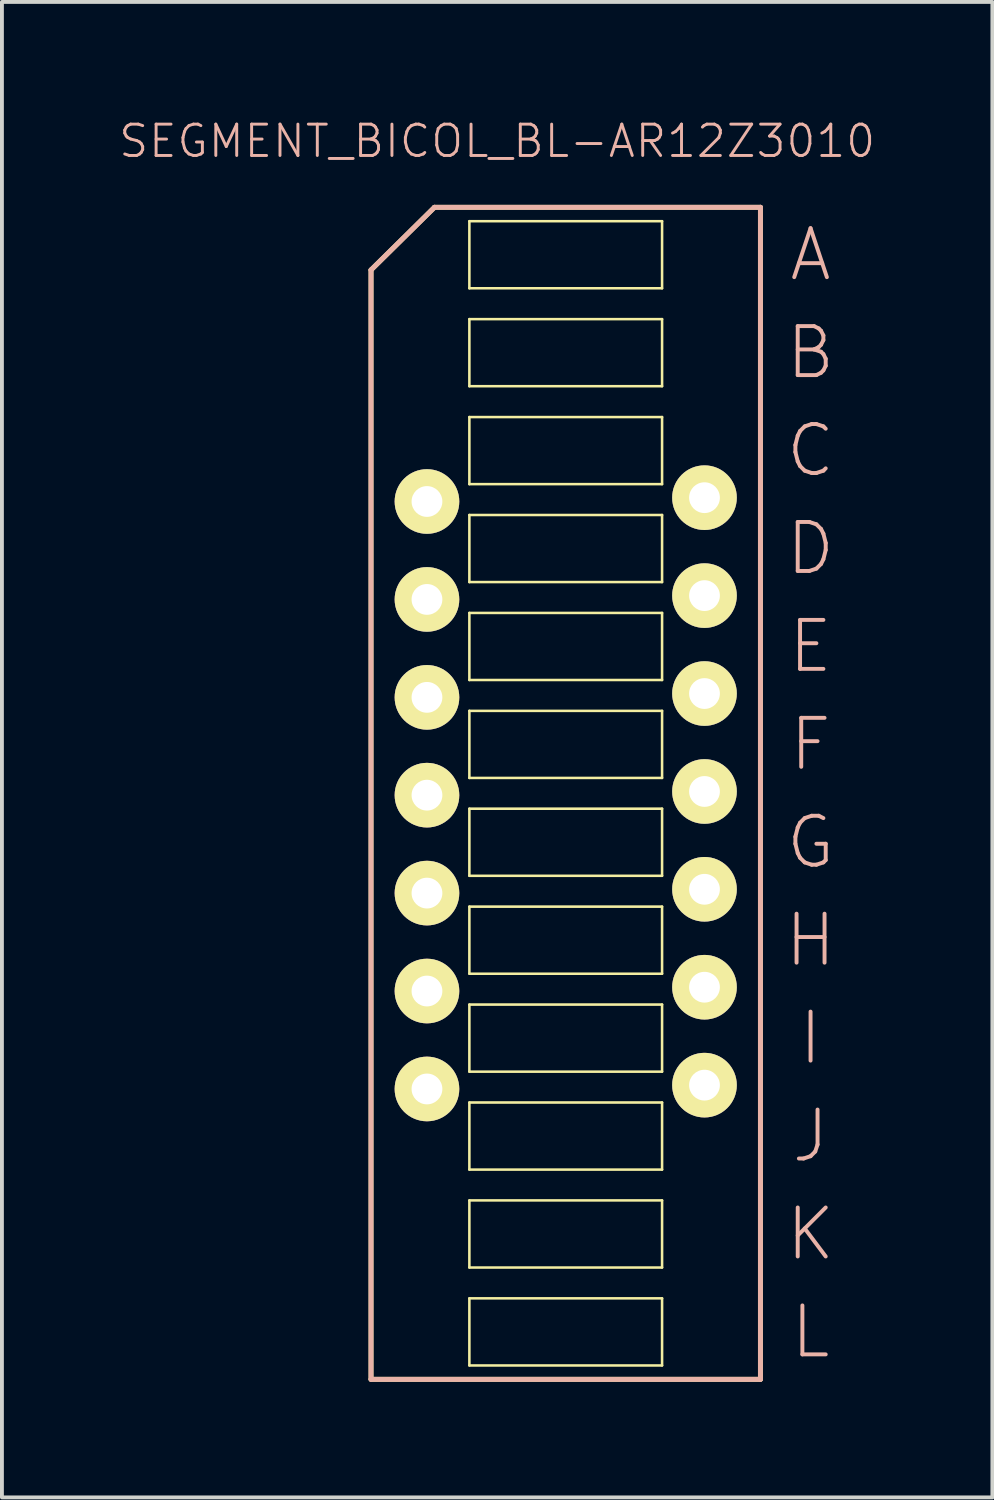
<source format=kicad_pcb>
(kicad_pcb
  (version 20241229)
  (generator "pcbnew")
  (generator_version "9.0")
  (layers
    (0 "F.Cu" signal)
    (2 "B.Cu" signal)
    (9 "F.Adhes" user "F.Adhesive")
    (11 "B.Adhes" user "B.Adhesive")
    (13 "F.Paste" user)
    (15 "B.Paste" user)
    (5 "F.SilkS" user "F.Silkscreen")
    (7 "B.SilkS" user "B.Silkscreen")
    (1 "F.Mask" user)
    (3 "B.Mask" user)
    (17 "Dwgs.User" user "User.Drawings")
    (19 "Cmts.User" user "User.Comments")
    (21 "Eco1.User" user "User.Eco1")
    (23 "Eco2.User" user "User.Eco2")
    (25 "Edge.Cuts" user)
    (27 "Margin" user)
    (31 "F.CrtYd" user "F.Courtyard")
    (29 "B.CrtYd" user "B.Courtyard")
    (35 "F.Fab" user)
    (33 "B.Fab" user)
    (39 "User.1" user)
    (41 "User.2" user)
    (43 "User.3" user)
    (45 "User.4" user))
  (footprint "SEGMENT_BICOL_BL-AR12Z3010"
    (layer "F.Cu")
    (at 11.623 17.526)
    (property "Reference" "SEGMENT_BICOL_BL-AR12Z3010" (at -1.778 -16.916 0) (layer "B.SilkS") (effects (font (size 0.813 0.813) (thickness 0.076))))
    (attr exclude_from_pos_files exclude_from_bom)
    (fp_line (start -5.05 -13.574) (end -3.404 -15.199) (stroke (width 0.127) (type solid)) (layer "F.SilkS"))
    (fp_line (start -5.05 15.199) (end -5.05 -13.574) (stroke (width 0.127) (type solid)) (layer "F.SilkS"))
    (fp_line (start -5.05 15.199) (end 5.05 15.199) (stroke (width 0.127) (type solid)) (layer "F.SilkS"))
    (fp_line (start -3.404 -15.199) (end 5.05 -15.199) (stroke (width 0.127) (type solid)) (layer "F.SilkS"))
    (fp_line (start -2.499 -14.839) (end 2.499 -14.839) (stroke (width 0.066) (type solid)) (layer "F.SilkS"))
    (fp_line (start -2.499 -13.099) (end -2.499 -14.839) (stroke (width 0.066) (type solid)) (layer "F.SilkS"))
    (fp_line (start -2.499 -13.099) (end 2.499 -13.099) (stroke (width 0.066) (type solid)) (layer "F.SilkS"))
    (fp_line (start -2.499 -12.299) (end 2.499 -12.299) (stroke (width 0.066) (type solid)) (layer "F.SilkS"))
    (fp_line (start -2.499 -10.559) (end -2.499 -12.299) (stroke (width 0.066) (type solid)) (layer "F.SilkS"))
    (fp_line (start -2.499 -10.559) (end 2.499 -10.559) (stroke (width 0.066) (type solid)) (layer "F.SilkS"))
    (fp_line (start -2.499 -9.759) (end 2.499 -9.759) (stroke (width 0.066) (type solid)) (layer "F.SilkS"))
    (fp_line (start -2.499 -8.019) (end -2.499 -9.759) (stroke (width 0.066) (type solid)) (layer "F.SilkS"))
    (fp_line (start -2.499 -8.019) (end 2.499 -8.019) (stroke (width 0.066) (type solid)) (layer "F.SilkS"))
    (fp_line (start -2.499 -7.219) (end 2.499 -7.219) (stroke (width 0.066) (type solid)) (layer "F.SilkS"))
    (fp_line (start -2.499 -5.479) (end -2.499 -7.219) (stroke (width 0.066) (type solid)) (layer "F.SilkS"))
    (fp_line (start -2.499 -5.479) (end 2.499 -5.479) (stroke (width 0.066) (type solid)) (layer "F.SilkS"))
    (fp_line (start -2.499 -4.679) (end 2.499 -4.679) (stroke (width 0.066) (type solid)) (layer "F.SilkS"))
    (fp_line (start -2.499 -2.939) (end -2.499 -4.679) (stroke (width 0.066) (type solid)) (layer "F.SilkS"))
    (fp_line (start -2.499 -2.939) (end 2.499 -2.939) (stroke (width 0.066) (type solid)) (layer "F.SilkS"))
    (fp_line (start -2.499 -2.139) (end 2.499 -2.139) (stroke (width 0.066) (type solid)) (layer "F.SilkS"))
    (fp_line (start -2.499 -0.399) (end -2.499 -2.139) (stroke (width 0.066) (type solid)) (layer "F.SilkS"))
    (fp_line (start -2.499 -0.399) (end 2.499 -0.399) (stroke (width 0.066) (type solid)) (layer "F.SilkS"))
    (fp_line (start -2.499 0.399) (end 2.499 0.399) (stroke (width 0.066) (type solid)) (layer "F.SilkS"))
    (fp_line (start -2.499 2.139) (end -2.499 0.399) (stroke (width 0.066) (type solid)) (layer "F.SilkS"))
    (fp_line (start -2.499 2.139) (end 2.499 2.139) (stroke (width 0.066) (type solid)) (layer "F.SilkS"))
    (fp_line (start -2.499 2.939) (end 2.499 2.939) (stroke (width 0.066) (type solid)) (layer "F.SilkS"))
    (fp_line (start -2.499 4.679) (end -2.499 2.939) (stroke (width 0.066) (type solid)) (layer "F.SilkS"))
    (fp_line (start -2.499 4.679) (end 2.499 4.679) (stroke (width 0.066) (type solid)) (layer "F.SilkS"))
    (fp_line (start -2.499 5.479) (end 2.499 5.479) (stroke (width 0.066) (type solid)) (layer "F.SilkS"))
    (fp_line (start -2.499 7.219) (end -2.499 5.479) (stroke (width 0.066) (type solid)) (layer "F.SilkS"))
    (fp_line (start -2.499 7.219) (end 2.499 7.219) (stroke (width 0.066) (type solid)) (layer "F.SilkS"))
    (fp_line (start -2.499 8.019) (end 2.499 8.019) (stroke (width 0.066) (type solid)) (layer "F.SilkS"))
    (fp_line (start -2.499 9.759) (end -2.499 8.019) (stroke (width 0.066) (type solid)) (layer "F.SilkS"))
    (fp_line (start -2.499 9.759) (end 2.499 9.759) (stroke (width 0.066) (type solid)) (layer "F.SilkS"))
    (fp_line (start -2.499 10.559) (end 2.499 10.559) (stroke (width 0.066) (type solid)) (layer "F.SilkS"))
    (fp_line (start -2.499 12.299) (end -2.499 10.559) (stroke (width 0.066) (type solid)) (layer "F.SilkS"))
    (fp_line (start -2.499 12.299) (end 2.499 12.299) (stroke (width 0.066) (type solid)) (layer "F.SilkS"))
    (fp_line (start -2.499 13.099) (end 2.499 13.099) (stroke (width 0.066) (type solid)) (layer "F.SilkS"))
    (fp_line (start -2.499 14.839) (end -2.499 13.099) (stroke (width 0.066) (type solid)) (layer "F.SilkS"))
    (fp_line (start -2.499 14.839) (end 2.499 14.839) (stroke (width 0.066) (type solid)) (layer "F.SilkS"))
    (fp_line (start 2.499 -13.099) (end 2.499 -14.839) (stroke (width 0.066) (type solid)) (layer "F.SilkS"))
    (fp_line (start 2.499 -10.559) (end 2.499 -12.299) (stroke (width 0.066) (type solid)) (layer "F.SilkS"))
    (fp_line (start 2.499 -8.019) (end 2.499 -9.759) (stroke (width 0.066) (type solid)) (layer "F.SilkS"))
    (fp_line (start 2.499 -5.479) (end 2.499 -7.219) (stroke (width 0.066) (type solid)) (layer "F.SilkS"))
    (fp_line (start 2.499 -2.939) (end 2.499 -4.679) (stroke (width 0.066) (type solid)) (layer "F.SilkS"))
    (fp_line (start 2.499 -0.399) (end 2.499 -2.139) (stroke (width 0.066) (type solid)) (layer "F.SilkS"))
    (fp_line (start 2.499 2.139) (end 2.499 0.399) (stroke (width 0.066) (type solid)) (layer "F.SilkS"))
    (fp_line (start 2.499 4.679) (end 2.499 2.939) (stroke (width 0.066) (type solid)) (layer "F.SilkS"))
    (fp_line (start 2.499 7.219) (end 2.499 5.479) (stroke (width 0.066) (type solid)) (layer "F.SilkS"))
    (fp_line (start 2.499 9.759) (end 2.499 8.019) (stroke (width 0.066) (type solid)) (layer "F.SilkS"))
    (fp_line (start 2.499 12.299) (end 2.499 10.559) (stroke (width 0.066) (type solid)) (layer "F.SilkS"))
    (fp_line (start 2.499 14.839) (end 2.499 13.099) (stroke (width 0.066) (type solid)) (layer "F.SilkS"))
    (fp_line (start 5.05 15.199) (end 5.05 -15.199) (stroke (width 0.127) (type solid)) (layer "F.SilkS"))
    (fp_line (start -5.05 -13.574) (end -5.05 15.199) (stroke (width 0.127) (type solid)) (layer "B.SilkS"))
    (fp_line (start -5.05 15.199) (end 5.05 15.199) (stroke (width 0.127) (type solid)) (layer "B.SilkS"))
    (fp_line (start -3.404 -15.199) (end -5.05 -13.574) (stroke (width 0.127) (type solid)) (layer "B.SilkS"))
    (fp_line (start 5.05 -15.199) (end -3.404 -15.199) (stroke (width 0.127) (type solid)) (layer "B.SilkS"))
    (fp_line (start 5.05 15.199) (end 5.05 -15.199) (stroke (width 0.127) (type solid)) (layer "B.SilkS"))
    (fp_text user "K" (at 6.35 11.43 0) (layer "B.SilkS") (effects (font (size 1.27 1.27) (thickness 0.102))))
    (fp_text user "G" (at 6.35 1.27 0) (layer "B.SilkS") (effects (font (size 1.27 1.27) (thickness 0.102))))
    (fp_text user "L" (at 6.35 13.97 0) (layer "B.SilkS") (effects (font (size 1.27 1.27) (thickness 0.102))))
    (fp_text user "F" (at 6.35 -1.27 0) (layer "B.SilkS") (effects (font (size 1.27 1.27) (thickness 0.102))))
    (fp_text user "E" (at 6.35 -3.81 0) (layer "B.SilkS") (effects (font (size 1.27 1.27) (thickness 0.102))))
    (fp_text user "A" (at 6.35 -13.97 0) (layer "B.SilkS") (effects (font (size 1.27 1.27) (thickness 0.102))))
    (fp_text user "J" (at 6.35 8.89 0) (layer "B.SilkS") (effects (font (size 1.27 1.27) (thickness 0.102))))
    (fp_text user "B" (at 6.35 -11.43 0) (layer "B.SilkS") (effects (font (size 1.27 1.27) (thickness 0.102))))
    (fp_text user "D" (at 6.35 -6.35 0) (layer "B.SilkS") (effects (font (size 1.27 1.27) (thickness 0.102))))
    (fp_text user "C" (at 6.35 -8.89 0) (layer "B.SilkS") (effects (font (size 1.27 1.27) (thickness 0.102))))
    (fp_text user "I" (at 6.35 6.35 0) (layer "B.SilkS") (effects (font (size 1.27 1.27) (thickness 0.102))))
    (fp_text user "H" (at 6.35 3.81 0) (layer "B.SilkS") (effects (font (size 1.27 1.27) (thickness 0.102))))
    (pad "1" thru_hole circle (at -3.599 -7.569) (size 1.676 1.676) (drill 0.798) (layers "*.Cu" "F.Mask" "F.SilkS" "F.Paste"))
    (pad "2" thru_hole circle (at -3.599 -5.029) (size 1.676 1.676) (drill 0.798) (layers "*.Cu" "F.Mask" "F.SilkS" "F.Paste"))
    (pad "3" thru_hole circle (at -3.599 -2.489) (size 1.676 1.676) (drill 0.798) (layers "*.Cu" "F.Mask" "F.SilkS" "F.Paste"))
    (pad "4" thru_hole circle (at -3.599 0.048) (size 1.676 1.676) (drill 0.798) (layers "*.Cu" "F.Mask" "F.SilkS" "F.Paste"))
    (pad "5" thru_hole circle (at -3.599 2.588) (size 1.676 1.676) (drill 0.798) (layers "*.Cu" "F.Mask" "F.SilkS" "F.Paste"))
    (pad "6" thru_hole circle (at -3.599 5.128) (size 1.676 1.676) (drill 0.798) (layers "*.Cu" "F.Mask" "F.SilkS" "F.Paste"))
    (pad "7" thru_hole circle (at -3.599 7.668) (size 1.676 1.676) (drill 0.798) (layers "*.Cu" "F.Mask" "F.SilkS" "F.Paste"))
    (pad "8" thru_hole circle (at 3.599 7.569) (size 1.676 1.676) (drill 0.798) (layers "*.Cu" "F.Mask" "F.SilkS" "F.Paste"))
    (pad "9" thru_hole circle (at 3.599 5.029) (size 1.676 1.676) (drill 0.798) (layers "*.Cu" "F.Mask" "F.SilkS" "F.Paste"))
    (pad "10" thru_hole circle (at 3.599 2.489) (size 1.676 1.676) (drill 0.798) (layers "*.Cu" "F.Mask" "F.SilkS" "F.Paste"))
    (pad "11" thru_hole circle (at 3.599 -0.048) (size 1.676 1.676) (drill 0.798) (layers "*.Cu" "F.Mask" "F.SilkS" "F.Paste"))
    (pad "12" thru_hole circle (at 3.599 -2.588) (size 1.676 1.676) (drill 0.798) (layers "*.Cu" "F.Mask" "F.SilkS" "F.Paste"))
    (pad "13" thru_hole circle (at 3.599 -5.128) (size 1.676 1.676) (drill 0.798) (layers "*.Cu" "F.Mask" "F.SilkS" "F.Paste"))
    (pad "14" thru_hole circle (at 3.599 -7.668) (size 1.676 1.676) (drill 0.798) (layers "*.Cu" "F.Mask" "F.SilkS" "F.Paste")))
  (gr_rect
    (start -3 -3)
    (end 22.689 35.788)
    (stroke (width 0.1) (type default))
    (fill no)
    (layer "Edge.Cuts")))
</source>
